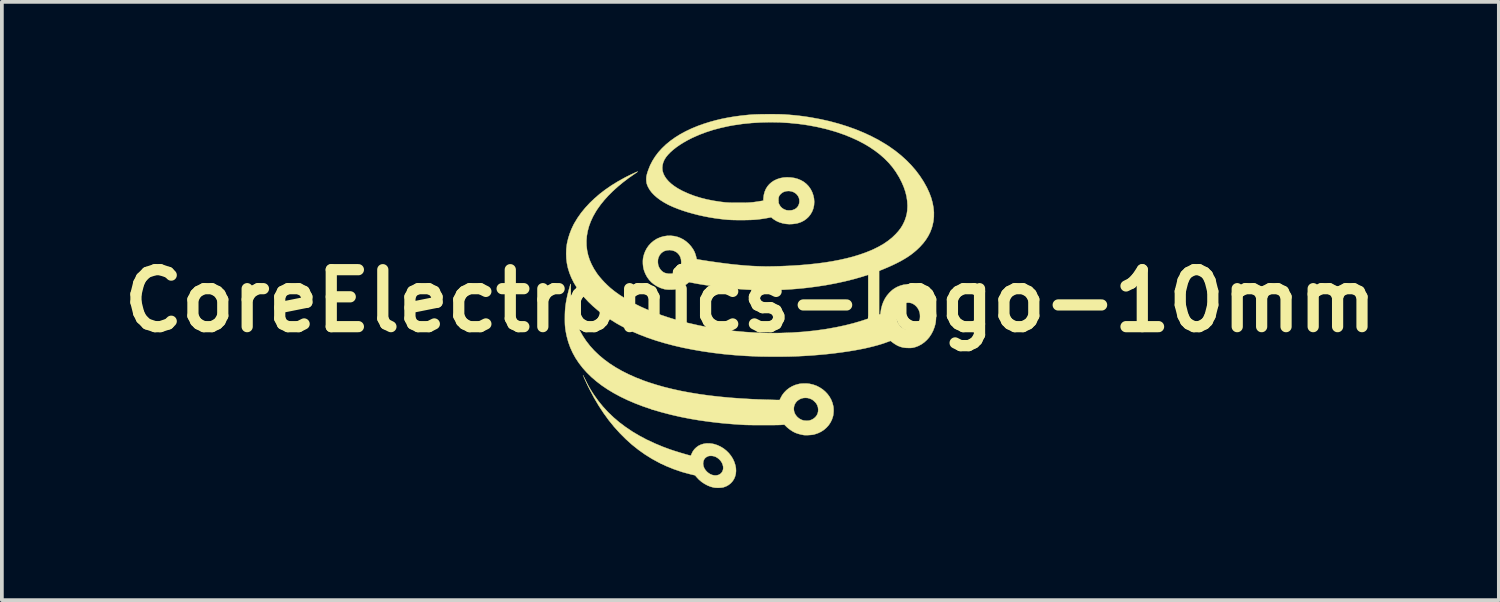
<source format=kicad_pcb>
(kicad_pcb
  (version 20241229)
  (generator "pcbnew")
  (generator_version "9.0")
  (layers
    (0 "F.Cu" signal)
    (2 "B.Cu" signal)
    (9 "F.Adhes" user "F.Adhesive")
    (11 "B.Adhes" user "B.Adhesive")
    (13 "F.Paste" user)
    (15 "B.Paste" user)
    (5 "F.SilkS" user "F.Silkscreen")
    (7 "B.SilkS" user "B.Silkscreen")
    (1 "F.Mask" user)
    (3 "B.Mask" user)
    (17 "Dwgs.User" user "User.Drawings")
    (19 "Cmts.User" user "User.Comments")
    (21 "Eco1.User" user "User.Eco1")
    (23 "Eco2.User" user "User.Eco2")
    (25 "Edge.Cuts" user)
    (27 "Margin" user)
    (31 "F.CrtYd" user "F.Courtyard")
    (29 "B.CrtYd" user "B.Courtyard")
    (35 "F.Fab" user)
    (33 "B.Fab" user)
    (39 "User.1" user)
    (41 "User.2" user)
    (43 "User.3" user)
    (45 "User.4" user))
  (footprint "CoreElectronics-logo-10mm"
    (layer "F.Cu")
    (at 17.025 5)
    (property "Reference" "CoreElectronics-logo-10mm" (at 0 0 0) (layer "F.SilkS") (effects (font (size 1.524 1.524) (thickness 0.3))))
    (attr through_hole)
    (fp_poly (pts (xy -4.47 1.991) (xy -4.474 1.994) (xy -4.477 1.991) (xy -4.474 1.988) (xy -4.47 1.991)) (stroke (width 0.01) (type solid)) (fill yes) (layer "F.SilkS"))
    (fp_poly (pts (xy -4.464 2.003) (xy -4.467 2.007) (xy -4.47 2.003) (xy -4.467 2) (xy -4.464 2.003)) (stroke (width 0.01) (type solid)) (fill yes) (layer "F.SilkS"))
    (fp_poly (pts (xy -4.461 2.018) (xy -4.454 2.032) (xy -4.443 2.054) (xy -4.428 2.083) (xy -4.412 2.116) (xy -4.408 2.124) (xy -4.37 2.201) (xy -4.334 2.269) (xy -4.298 2.333) (xy -4.259 2.397) (xy -4.217 2.464) (xy -4.188 2.508) (xy -4.072 2.671) (xy -3.946 2.826) (xy -3.81 2.974) (xy -3.663 3.115) (xy -3.506 3.249) (xy -3.338 3.375) (xy -3.16 3.495) (xy -2.971 3.607) (xy -2.772 3.713) (xy -2.562 3.811) (xy -2.342 3.903) (xy -2.156 3.972) (xy -2.115 3.986) (xy -2.069 4.001) (xy -2.018 4.018) (xy -1.965 4.034) (xy -1.911 4.051) (xy -1.856 4.068) (xy -1.803 4.083) (xy -1.753 4.098) (xy -1.708 4.111) (xy -1.668 4.122) (xy -1.635 4.131) (xy -1.61 4.137) (xy -1.595 4.139) (xy -1.591 4.139) (xy -1.588 4.133) (xy -1.581 4.118) (xy -1.573 4.097) (xy -1.573 4.097) (xy -1.54 4.029) (xy -1.497 3.97) (xy -1.446 3.92) (xy -1.388 3.878) (xy -1.324 3.847) (xy -1.253 3.825) (xy -1.178 3.813) (xy -1.099 3.812) (xy -1.016 3.822) (xy -0.969 3.832) (xy -0.879 3.861) (xy -0.794 3.901) (xy -0.714 3.95) (xy -0.641 4.008) (xy -0.575 4.073) (xy -0.517 4.146) (xy -0.468 4.224) (xy -0.43 4.307) (xy -0.402 4.394) (xy -0.387 4.47) (xy -0.383 4.55) (xy -0.39 4.626) (xy -0.408 4.697) (xy -0.436 4.764) (xy -0.475 4.824) (xy -0.522 4.877) (xy -0.579 4.923) (xy -0.643 4.959) (xy -0.715 4.986) (xy -0.721 4.988) (xy -0.753 4.994) (xy -0.793 4.998) (xy -0.839 5.001) (xy -0.885 5.001) (xy -0.929 4.999) (xy -0.967 4.995) (xy -0.974 4.994) (xy -1.059 4.972) (xy -1.143 4.939) (xy -1.225 4.895) (xy -1.303 4.843) (xy -1.373 4.784) (xy -1.434 4.719) (xy -1.448 4.702) (xy -1.464 4.684) (xy -1.478 4.67) (xy -1.488 4.664) (xy -1.526 4.656) (xy -1.572 4.645) (xy -1.624 4.632) (xy -1.679 4.617) (xy -1.733 4.603) (xy -1.783 4.589) (xy -1.826 4.577) (xy -1.841 4.572) (xy -2.049 4.501) (xy -2.251 4.419) (xy -2.407 4.345) (xy -1.263 4.345) (xy -1.262 4.374) (xy -1.252 4.427) (xy -1.231 4.479) (xy -1.2 4.527) (xy -1.162 4.57) (xy -1.118 4.607) (xy -1.069 4.637) (xy -1.017 4.658) (xy -0.964 4.669) (xy -0.918 4.67) (xy -0.89 4.665) (xy -0.86 4.658) (xy -0.847 4.654) (xy -0.807 4.632) (xy -0.773 4.601) (xy -0.747 4.562) (xy -0.731 4.517) (xy -0.726 4.487) (xy -0.727 4.434) (xy -0.74 4.38) (xy -0.762 4.329) (xy -0.794 4.28) (xy -0.834 4.237) (xy -0.88 4.2) (xy -0.931 4.171) (xy -0.965 4.159) (xy -1.003 4.15) (xy -1.045 4.146) (xy -1.085 4.147) (xy -1.12 4.153) (xy -1.129 4.155) (xy -1.175 4.178) (xy -1.212 4.209) (xy -1.239 4.247) (xy -1.256 4.293) (xy -1.263 4.345) (xy -2.407 4.345) (xy -2.447 4.326) (xy -2.637 4.222) (xy -2.821 4.107) (xy -2.998 3.981) (xy -3.17 3.844) (xy -3.334 3.696) (xy -3.492 3.538) (xy -3.644 3.37) (xy -3.789 3.191) (xy -3.926 3.002) (xy -4.057 2.803) (xy -4.181 2.593) (xy -4.297 2.374) (xy -4.325 2.318) (xy -4.343 2.282) (xy -4.361 2.243) (xy -4.38 2.202) (xy -4.399 2.161) (xy -4.417 2.122) (xy -4.433 2.087) (xy -4.447 2.057) (xy -4.457 2.033) (xy -4.463 2.018) (xy -4.464 2.014) (xy -4.461 2.018)) (stroke (width 0.01) (type solid)) (fill yes) (layer "F.SilkS"))
    (fp_poly (pts (xy -4.807 -0.451) (xy -4.806 -0.435) (xy -4.805 -0.41) (xy -4.804 -0.377) (xy -4.804 -0.337) (xy -4.803 -0.291) (xy -4.803 -0.271) (xy -4.802 -0.171) (xy -4.799 -0.08) (xy -4.793 0.004) (xy -4.783 0.085) (xy -4.771 0.164) (xy -4.755 0.246) (xy -4.735 0.332) (xy -4.734 0.333) (xy -4.689 0.493) (xy -4.632 0.646) (xy -4.563 0.795) (xy -4.483 0.937) (xy -4.392 1.074) (xy -4.29 1.205) (xy -4.176 1.331) (xy -4.051 1.451) (xy -3.915 1.565) (xy -3.767 1.674) (xy -3.608 1.777) (xy -3.438 1.874) (xy -3.257 1.965) (xy -3.064 2.051) (xy -2.861 2.131) (xy -2.724 2.179) (xy -2.519 2.244) (xy -2.305 2.305) (xy -2.082 2.36) (xy -1.85 2.411) (xy -1.609 2.456) (xy -1.357 2.497) (xy -1.096 2.533) (xy -0.823 2.564) (xy -0.54 2.591) (xy -0.246 2.612) (xy 0.06 2.63) (xy 0.184 2.635) (xy 0.223 2.637) (xy 0.268 2.638) (xy 0.318 2.64) (xy 0.372 2.642) (xy 0.427 2.644) (xy 0.484 2.645) (xy 0.539 2.647) (xy 0.592 2.648) (xy 0.642 2.65) (xy 0.686 2.651) (xy 0.724 2.652) (xy 0.754 2.652) (xy 0.774 2.653) (xy 0.784 2.652) (xy 0.785 2.652) (xy 0.787 2.646) (xy 0.794 2.632) (xy 0.804 2.611) (xy 0.809 2.601) (xy 0.852 2.522) (xy 0.906 2.451) (xy 0.969 2.387) (xy 1.04 2.332) (xy 1.118 2.286) (xy 1.202 2.25) (xy 1.292 2.225) (xy 1.32 2.219) (xy 1.364 2.214) (xy 1.416 2.211) (xy 1.471 2.21) (xy 1.525 2.212) (xy 1.573 2.217) (xy 1.591 2.22) (xy 1.685 2.242) (xy 1.774 2.274) (xy 1.857 2.317) (xy 1.935 2.368) (xy 2.005 2.428) (xy 2.067 2.494) (xy 2.12 2.567) (xy 2.164 2.646) (xy 2.197 2.729) (xy 2.219 2.817) (xy 2.223 2.838) (xy 2.227 2.888) (xy 2.228 2.945) (xy 2.224 3.003) (xy 2.218 3.057) (xy 2.21 3.092) (xy 2.182 3.177) (xy 2.143 3.255) (xy 2.094 3.328) (xy 2.035 3.393) (xy 1.968 3.451) (xy 1.893 3.5) (xy 1.811 3.539) (xy 1.722 3.569) (xy 1.695 3.576) (xy 1.669 3.581) (xy 1.634 3.585) (xy 1.594 3.588) (xy 1.552 3.591) (xy 1.511 3.592) (xy 1.474 3.592) (xy 1.444 3.591) (xy 1.432 3.59) (xy 1.354 3.575) (xy 1.279 3.555) (xy 1.21 3.531) (xy 1.168 3.511) (xy 1.12 3.484) (xy 1.068 3.45) (xy 1.019 3.412) (xy 0.975 3.375) (xy 0.962 3.362) (xy 0.911 3.311) (xy 0.828 3.317) (xy 0.799 3.319) (xy 0.759 3.32) (xy 0.709 3.321) (xy 0.65 3.322) (xy 0.585 3.323) (xy 0.514 3.323) (xy 0.44 3.323) (xy 0.363 3.323) (xy 0.285 3.323) (xy 0.208 3.323) (xy 0.133 3.322) (xy 0.061 3.322) (xy -0.005 3.321) (xy -0.066 3.32) (xy -0.118 3.319) (xy -0.161 3.317) (xy -0.184 3.316) (xy -0.491 3.295) (xy -0.786 3.269) (xy -1.072 3.236) (xy -1.348 3.198) (xy -1.616 3.153) (xy -1.875 3.102) (xy -2.127 3.044) (xy -2.372 2.98) (xy -2.412 2.969) (xy -2.646 2.899) (xy -2.661 2.893) (xy 1.162 2.893) (xy 1.169 2.95) (xy 1.187 3.006) (xy 1.213 3.053) (xy 1.254 3.103) (xy 1.303 3.145) (xy 1.359 3.177) (xy 1.414 3.197) (xy 1.442 3.202) (xy 1.479 3.205) (xy 1.518 3.206) (xy 1.555 3.204) (xy 1.586 3.199) (xy 1.591 3.198) (xy 1.646 3.177) (xy 1.697 3.147) (xy 1.741 3.109) (xy 1.775 3.066) (xy 1.799 3.018) (xy 1.813 2.964) (xy 1.816 2.907) (xy 1.81 2.851) (xy 1.793 2.798) (xy 1.772 2.757) (xy 1.751 2.728) (xy 1.722 2.698) (xy 1.691 2.669) (xy 1.661 2.646) (xy 1.651 2.64) (xy 1.594 2.614) (xy 1.534 2.598) (xy 1.473 2.594) (xy 1.412 2.599) (xy 1.355 2.615) (xy 1.301 2.642) (xy 1.254 2.678) (xy 1.247 2.684) (xy 1.209 2.73) (xy 1.182 2.782) (xy 1.167 2.837) (xy 1.162 2.893) (xy -2.661 2.893) (xy -2.868 2.823) (xy -3.08 2.742) (xy -3.281 2.656) (xy -3.471 2.565) (xy -3.65 2.469) (xy -3.818 2.368) (xy -3.975 2.262) (xy -4.12 2.151) (xy -4.254 2.036) (xy -4.377 1.915) (xy -4.488 1.791) (xy -4.588 1.661) (xy -4.677 1.527) (xy -4.753 1.389) (xy -4.818 1.246) (xy -4.871 1.098) (xy -4.912 0.947) (xy -4.923 0.895) (xy -4.934 0.838) (xy -4.943 0.786) (xy -4.95 0.738) (xy -4.955 0.69) (xy -4.959 0.64) (xy -4.961 0.586) (xy -4.962 0.523) (xy -4.962 0.464) (xy -4.961 0.368) (xy -4.958 0.281) (xy -4.952 0.2) (xy -4.943 0.12) (xy -4.931 0.039) (xy -4.915 -0.047) (xy -4.896 -0.139) (xy -4.889 -0.169) (xy -4.88 -0.204) (xy -4.87 -0.243) (xy -4.859 -0.284) (xy -4.848 -0.325) (xy -4.837 -0.364) (xy -4.827 -0.398) (xy -4.818 -0.426) (xy -4.812 -0.446) (xy -4.808 -0.455) (xy -4.807 -0.451)) (stroke (width 0.01) (type solid)) (fill yes) (layer "F.SilkS"))
    (fp_poly (pts (xy -3.013 -3.459) (xy -3.017 -3.455) (xy -3.03 -3.445) (xy -3.05 -3.43) (xy -3.076 -3.412) (xy -3.102 -3.394) (xy -3.259 -3.285) (xy -3.408 -3.171) (xy -3.548 -3.055) (xy -3.678 -2.937) (xy -3.799 -2.817) (xy -3.909 -2.695) (xy -4.007 -2.574) (xy -4.094 -2.452) (xy -4.136 -2.386) (xy -4.209 -2.257) (xy -4.269 -2.127) (xy -4.317 -1.997) (xy -4.352 -1.867) (xy -4.375 -1.737) (xy -4.385 -1.608) (xy -4.383 -1.479) (xy -4.368 -1.352) (xy -4.341 -1.226) (xy -4.301 -1.101) (xy -4.248 -0.978) (xy -4.183 -0.856) (xy -4.106 -0.737) (xy -4.087 -0.711) (xy -4.034 -0.643) (xy -3.973 -0.572) (xy -3.906 -0.499) (xy -3.835 -0.429) (xy -3.764 -0.363) (xy -3.738 -0.34) (xy -3.628 -0.252) (xy -3.507 -0.165) (xy -3.375 -0.08) (xy -3.232 0.003) (xy -3.079 0.084) (xy -2.918 0.163) (xy -2.748 0.238) (xy -2.571 0.31) (xy -2.388 0.378) (xy -2.198 0.442) (xy -2.003 0.502) (xy -1.974 0.51) (xy -1.682 0.588) (xy -1.383 0.656) (xy -1.079 0.715) (xy -0.77 0.764) (xy -0.458 0.803) (xy -0.143 0.832) (xy 0.172 0.852) (xy 0.487 0.861) (xy 0.8 0.86) (xy 1.111 0.849) (xy 1.418 0.828) (xy 1.721 0.797) (xy 2.017 0.756) (xy 2.057 0.749) (xy 2.301 0.705) (xy 2.535 0.655) (xy 2.761 0.598) (xy 2.981 0.533) (xy 3.197 0.461) (xy 3.361 0.4) (xy 3.911 0.4) (xy 3.912 0.448) (xy 3.918 0.493) (xy 3.921 0.508) (xy 3.942 0.567) (xy 3.971 0.621) (xy 4.008 0.67) (xy 4.051 0.71) (xy 4.098 0.74) (xy 4.147 0.76) (xy 4.191 0.771) (xy 4.235 0.773) (xy 4.274 0.768) (xy 4.329 0.752) (xy 4.381 0.724) (xy 4.427 0.686) (xy 4.468 0.641) (xy 4.5 0.589) (xy 4.524 0.531) (xy 4.531 0.507) (xy 4.537 0.469) (xy 4.54 0.424) (xy 4.539 0.379) (xy 4.535 0.337) (xy 4.531 0.314) (xy 4.51 0.253) (xy 4.481 0.199) (xy 4.444 0.151) (xy 4.401 0.111) (xy 4.354 0.08) (xy 4.303 0.058) (xy 4.249 0.048) (xy 4.195 0.048) (xy 4.183 0.05) (xy 4.126 0.066) (xy 4.073 0.094) (xy 4.025 0.131) (xy 3.984 0.177) (xy 3.951 0.231) (xy 3.926 0.292) (xy 3.921 0.311) (xy 3.914 0.352) (xy 3.911 0.4) (xy 3.361 0.4) (xy 3.386 0.391) (xy 3.479 0.354) (xy 3.483 0.325) (xy 3.5 0.215) (xy 3.526 0.115) (xy 3.56 0.023) (xy 3.603 -0.062) (xy 3.655 -0.141) (xy 3.717 -0.214) (xy 3.719 -0.216) (xy 3.766 -0.262) (xy 3.81 -0.3) (xy 3.856 -0.332) (xy 3.908 -0.362) (xy 3.927 -0.372) (xy 4.012 -0.407) (xy 4.097 -0.431) (xy 4.183 -0.442) (xy 4.268 -0.442) (xy 4.352 -0.431) (xy 4.433 -0.409) (xy 4.512 -0.377) (xy 4.588 -0.335) (xy 4.659 -0.283) (xy 4.725 -0.222) (xy 4.785 -0.152) (xy 4.838 -0.074) (xy 4.884 0.012) (xy 4.922 0.106) (xy 4.922 0.108) (xy 4.941 0.171) (xy 4.955 0.234) (xy 4.964 0.298) (xy 4.968 0.368) (xy 4.968 0.413) (xy 4.967 0.477) (xy 4.963 0.532) (xy 4.957 0.583) (xy 4.946 0.633) (xy 4.931 0.686) (xy 4.924 0.709) (xy 4.887 0.804) (xy 4.841 0.891) (xy 4.787 0.972) (xy 4.724 1.044) (xy 4.655 1.107) (xy 4.579 1.161) (xy 4.497 1.205) (xy 4.411 1.237) (xy 4.391 1.242) (xy 4.363 1.249) (xy 4.339 1.254) (xy 4.314 1.257) (xy 4.285 1.259) (xy 4.249 1.259) (xy 4.232 1.259) (xy 4.153 1.256) (xy 4.081 1.246) (xy 4.012 1.227) (xy 3.945 1.2) (xy 3.879 1.163) (xy 3.81 1.116) (xy 3.769 1.084) (xy 3.75 1.069) (xy 3.669 1.099) (xy 3.552 1.141) (xy 3.424 1.18) (xy 3.284 1.218) (xy 3.134 1.254) (xy 2.975 1.288) (xy 2.806 1.32) (xy 2.63 1.349) (xy 2.445 1.376) (xy 2.254 1.401) (xy 2.057 1.423) (xy 1.855 1.442) (xy 1.649 1.459) (xy 1.438 1.472) (xy 1.224 1.483) (xy 1.143 1.486) (xy 1.093 1.487) (xy 1.032 1.489) (xy 0.962 1.49) (xy 0.885 1.49) (xy 0.803 1.491) (xy 0.718 1.491) (xy 0.632 1.491) (xy 0.546 1.491) (xy 0.463 1.49) (xy 0.384 1.49) (xy 0.311 1.489) (xy 0.246 1.488) (xy 0.191 1.486) (xy 0.171 1.485) (xy -0.132 1.471) (xy -0.429 1.45) (xy -0.72 1.423) (xy -1.002 1.389) (xy -1.277 1.349) (xy -1.544 1.303) (xy -1.803 1.252) (xy -2.052 1.194) (xy -2.293 1.13) (xy -2.524 1.061) (xy -2.746 0.986) (xy -2.957 0.905) (xy -3.159 0.819) (xy -3.349 0.727) (xy -3.528 0.63) (xy -3.594 0.592) (xy -3.764 0.485) (xy -3.923 0.374) (xy -4.071 0.26) (xy -4.208 0.143) (xy -4.334 0.023) (xy -4.448 -0.099) (xy -4.55 -0.224) (xy -4.64 -0.352) (xy -4.719 -0.481) (xy -4.785 -0.613) (xy -4.839 -0.746) (xy -4.88 -0.879) (xy -4.906 -1.002) (xy -4.922 -1.13) (xy -4.927 -1.26) (xy -4.923 -1.389) (xy -4.908 -1.515) (xy -4.902 -1.548) (xy -4.873 -1.671) (xy -4.834 -1.795) (xy -4.786 -1.919) (xy -4.73 -2.038) (xy -4.707 -2.08) (xy -4.622 -2.22) (xy -4.526 -2.356) (xy -4.417 -2.489) (xy -4.297 -2.619) (xy -4.166 -2.744) (xy -4.025 -2.865) (xy -3.873 -2.981) (xy -3.711 -3.092) (xy -3.54 -3.197) (xy -3.359 -3.297) (xy -3.331 -3.312) (xy -3.293 -3.331) (xy -3.252 -3.351) (xy -3.21 -3.372) (xy -3.168 -3.392) (xy -3.128 -3.41) (xy -3.092 -3.427) (xy -3.061 -3.441) (xy -3.036 -3.451) (xy -3.019 -3.458) (xy -3.013 -3.459) (xy -3.013 -3.459)) (stroke (width 0.01) (type solid)) (fill yes) (layer "F.SilkS"))
    (fp_poly (pts (xy 0.65 -4.994) (xy 0.724 -4.993) (xy 0.792 -4.992) (xy 0.852 -4.99) (xy 0.903 -4.988) (xy 0.94 -4.986) (xy 1.063 -4.976) (xy 1.175 -4.966) (xy 1.28 -4.955) (xy 1.38 -4.943) (xy 1.476 -4.93) (xy 1.572 -4.915) (xy 1.633 -4.905) (xy 1.882 -4.859) (xy 2.126 -4.804) (xy 2.363 -4.74) (xy 2.593 -4.668) (xy 2.815 -4.589) (xy 3.029 -4.501) (xy 3.234 -4.406) (xy 3.43 -4.304) (xy 3.616 -4.194) (xy 3.718 -4.128) (xy 3.88 -4.013) (xy 4.032 -3.891) (xy 4.173 -3.764) (xy 4.304 -3.63) (xy 4.424 -3.492) (xy 4.533 -3.347) (xy 4.631 -3.198) (xy 4.717 -3.045) (xy 4.728 -3.023) (xy 4.79 -2.888) (xy 4.839 -2.756) (xy 4.875 -2.625) (xy 4.899 -2.497) (xy 4.911 -2.371) (xy 4.91 -2.248) (xy 4.897 -2.126) (xy 4.871 -2.007) (xy 4.851 -1.941) (xy 4.811 -1.837) (xy 4.76 -1.736) (xy 4.699 -1.639) (xy 4.627 -1.544) (xy 4.543 -1.451) (xy 4.521 -1.429) (xy 4.451 -1.362) (xy 4.377 -1.299) (xy 4.299 -1.238) (xy 4.214 -1.179) (xy 4.122 -1.122) (xy 4.023 -1.065) (xy 3.915 -1.009) (xy 3.798 -0.953) (xy 3.671 -0.896) (xy 3.532 -0.838) (xy 3.442 -0.802) (xy 3.227 -0.723) (xy 3.002 -0.65) (xy 2.768 -0.583) (xy 2.524 -0.522) (xy 2.273 -0.468) (xy 2.015 -0.42) (xy 1.751 -0.38) (xy 1.482 -0.346) (xy 1.208 -0.32) (xy 1.003 -0.305) (xy 0.892 -0.299) (xy 0.775 -0.294) (xy 0.654 -0.29) (xy 0.533 -0.288) (xy 0.414 -0.287) (xy 0.299 -0.287) (xy 0.192 -0.289) (xy 0.094 -0.292) (xy 0.073 -0.293) (xy -0.102 -0.302) (xy -0.284 -0.315) (xy -0.472 -0.332) (xy -0.663 -0.352) (xy -0.854 -0.375) (xy -1.042 -0.4) (xy -1.226 -0.427) (xy -1.402 -0.456) (xy -1.558 -0.485) (xy -1.639 -0.501) (xy -1.689 -0.461) (xy -1.763 -0.407) (xy -1.84 -0.365) (xy -1.922 -0.332) (xy -1.979 -0.316) (xy -2.022 -0.308) (xy -2.074 -0.303) (xy -2.13 -0.301) (xy -2.187 -0.302) (xy -2.241 -0.305) (xy -2.289 -0.312) (xy -2.306 -0.316) (xy -2.402 -0.346) (xy -2.49 -0.387) (xy -2.571 -0.437) (xy -2.644 -0.496) (xy -2.708 -0.564) (xy -2.763 -0.64) (xy -2.808 -0.724) (xy -2.843 -0.814) (xy -2.855 -0.857) (xy -2.867 -0.919) (xy -2.874 -0.988) (xy -2.875 -1.058) (xy -2.875 -1.069) (xy -2.474 -1.069) (xy -2.473 -1.022) (xy -2.468 -0.977) (xy -2.459 -0.939) (xy -2.459 -0.939) (xy -2.437 -0.888) (xy -2.408 -0.843) (xy -2.374 -0.805) (xy -2.362 -0.794) (xy -2.334 -0.773) (xy -2.311 -0.759) (xy -2.286 -0.748) (xy -2.254 -0.739) (xy -2.246 -0.737) (xy -2.184 -0.726) (xy -2.122 -0.726) (xy -2.092 -0.731) (xy -2.034 -0.747) (xy -1.983 -0.774) (xy -1.939 -0.811) (xy -1.902 -0.856) (xy -1.874 -0.907) (xy -1.856 -0.965) (xy -1.848 -1.028) (xy -1.848 -1.04) (xy -1.854 -1.106) (xy -1.87 -1.166) (xy -1.897 -1.219) (xy -1.933 -1.265) (xy -1.977 -1.303) (xy -2.029 -1.331) (xy -2.088 -1.35) (xy -2.152 -1.359) (xy -2.168 -1.359) (xy -2.233 -1.353) (xy -2.292 -1.337) (xy -2.344 -1.309) (xy -2.389 -1.272) (xy -2.426 -1.225) (xy -2.454 -1.168) (xy -2.461 -1.149) (xy -2.47 -1.113) (xy -2.474 -1.069) (xy -2.875 -1.069) (xy -2.871 -1.125) (xy -2.868 -1.146) (xy -2.846 -1.237) (xy -2.814 -1.324) (xy -2.771 -1.406) (xy -2.718 -1.481) (xy -2.656 -1.548) (xy -2.585 -1.607) (xy -2.507 -1.657) (xy -2.496 -1.663) (xy -2.408 -1.701) (xy -2.318 -1.727) (xy -2.225 -1.741) (xy -2.132 -1.743) (xy -2.039 -1.733) (xy -1.946 -1.711) (xy -1.873 -1.683) (xy -1.794 -1.643) (xy -1.719 -1.591) (xy -1.649 -1.529) (xy -1.587 -1.46) (xy -1.533 -1.384) (xy -1.502 -1.328) (xy -1.489 -1.299) (xy -1.475 -1.263) (xy -1.463 -1.224) (xy -1.452 -1.188) (xy -1.445 -1.157) (xy -1.444 -1.15) (xy -1.439 -1.126) (xy -1.431 -1.115) (xy -1.43 -1.115) (xy -1.415 -1.111) (xy -1.389 -1.106) (xy -1.353 -1.1) (xy -1.309 -1.093) (xy -1.258 -1.084) (xy -1.201 -1.076) (xy -1.139 -1.066) (xy -1.074 -1.056) (xy -1.007 -1.047) (xy -0.94 -1.037) (xy -0.874 -1.028) (xy -0.81 -1.019) (xy -0.749 -1.011) (xy -0.695 -1.004) (xy -0.526 -0.983) (xy -0.367 -0.966) (xy -0.216 -0.952) (xy -0.072 -0.94) (xy 0.068 -0.932) (xy 0.205 -0.926) (xy 0.343 -0.922) (xy 0.482 -0.921) (xy 0.624 -0.923) (xy 0.772 -0.927) (xy 0.781 -0.927) (xy 1.044 -0.938) (xy 1.295 -0.953) (xy 1.535 -0.973) (xy 1.764 -0.997) (xy 1.982 -1.025) (xy 2.19 -1.058) (xy 2.387 -1.096) (xy 2.575 -1.138) (xy 2.753 -1.184) (xy 2.922 -1.236) (xy 3.082 -1.292) (xy 3.234 -1.353) (xy 3.292 -1.379) (xy 3.433 -1.449) (xy 3.564 -1.524) (xy 3.684 -1.606) (xy 3.793 -1.693) (xy 3.889 -1.786) (xy 3.961 -1.865) (xy 4.021 -1.944) (xy 4.072 -2.025) (xy 4.114 -2.11) (xy 4.134 -2.157) (xy 4.164 -2.244) (xy 4.186 -2.33) (xy 4.199 -2.419) (xy 4.204 -2.514) (xy 4.205 -2.55) (xy 4.198 -2.67) (xy 4.18 -2.793) (xy 4.149 -2.918) (xy 4.106 -3.045) (xy 4.051 -3.173) (xy 3.985 -3.302) (xy 3.906 -3.431) (xy 3.896 -3.448) (xy 3.807 -3.572) (xy 3.706 -3.691) (xy 3.595 -3.804) (xy 3.472 -3.913) (xy 3.338 -4.016) (xy 3.194 -4.114) (xy 3.039 -4.206) (xy 2.874 -4.292) (xy 2.698 -4.372) (xy 2.514 -4.446) (xy 2.319 -4.514) (xy 2.252 -4.535) (xy 2.022 -4.6) (xy 1.785 -4.655) (xy 1.543 -4.7) (xy 1.296 -4.735) (xy 1.045 -4.76) (xy 0.793 -4.776) (xy 0.54 -4.781) (xy 0.288 -4.775) (xy 0.037 -4.76) (xy -0.211 -4.735) (xy -0.455 -4.699) (xy -0.591 -4.674) (xy -0.8 -4.627) (xy -1 -4.574) (xy -1.19 -4.512) (xy -1.373 -4.443) (xy -1.547 -4.365) (xy -1.561 -4.359) (xy -1.676 -4.3) (xy -1.784 -4.239) (xy -1.885 -4.176) (xy -1.977 -4.112) (xy -2.061 -4.046) (xy -2.135 -3.981) (xy -2.199 -3.915) (xy -2.252 -3.851) (xy -2.293 -3.788) (xy -2.303 -3.769) (xy -2.332 -3.701) (xy -2.349 -3.631) (xy -2.356 -3.56) (xy -2.351 -3.492) (xy -2.347 -3.472) (xy -2.325 -3.401) (xy -2.29 -3.332) (xy -2.244 -3.264) (xy -2.186 -3.198) (xy -2.116 -3.133) (xy -2.035 -3.071) (xy -1.943 -3.011) (xy -1.84 -2.954) (xy -1.8 -2.934) (xy -1.653 -2.868) (xy -1.498 -2.809) (xy -1.334 -2.758) (xy -1.161 -2.714) (xy -0.978 -2.678) (xy -0.786 -2.649) (xy -0.686 -2.637) (xy -0.655 -2.634) (xy -0.623 -2.632) (xy -0.589 -2.63) (xy -0.551 -2.628) (xy -0.507 -2.627) (xy -0.455 -2.626) (xy -0.395 -2.626) (xy -0.323 -2.626) (xy -0.314 -2.626) (xy -0.238 -2.626) (xy -0.172 -2.626) (xy -0.114 -2.627) (xy -0.063 -2.629) (xy -0.017 -2.632) (xy 0.027 -2.635) (xy 0.07 -2.639) (xy 0.115 -2.645) (xy 0.164 -2.652) (xy 0.219 -2.66) (xy 0.243 -2.664) (xy 0.347 -2.681) (xy 0.348 -2.696) (xy 0.753 -2.696) (xy 0.753 -2.664) (xy 0.754 -2.641) (xy 0.757 -2.624) (xy 0.762 -2.607) (xy 0.77 -2.588) (xy 0.774 -2.58) (xy 0.804 -2.529) (xy 0.844 -2.488) (xy 0.892 -2.455) (xy 0.949 -2.431) (xy 0.959 -2.428) (xy 0.99 -2.423) (xy 1.029 -2.42) (xy 1.07 -2.421) (xy 1.108 -2.425) (xy 1.127 -2.429) (xy 1.182 -2.449) (xy 1.228 -2.478) (xy 1.264 -2.515) (xy 1.291 -2.561) (xy 1.308 -2.613) (xy 1.313 -2.652) (xy 1.311 -2.708) (xy 1.298 -2.761) (xy 1.274 -2.808) (xy 1.241 -2.85) (xy 1.2 -2.885) (xy 1.151 -2.913) (xy 1.097 -2.931) (xy 1.037 -2.94) (xy 1.019 -2.94) (xy 0.957 -2.935) (xy 0.901 -2.919) (xy 0.852 -2.893) (xy 0.811 -2.858) (xy 0.787 -2.83) (xy 0.77 -2.804) (xy 0.76 -2.776) (xy 0.754 -2.742) (xy 0.753 -2.7) (xy 0.753 -2.696) (xy 0.348 -2.696) (xy 0.351 -2.749) (xy 0.362 -2.837) (xy 0.384 -2.919) (xy 0.416 -2.995) (xy 0.459 -3.064) (xy 0.507 -3.12) (xy 0.569 -3.175) (xy 0.638 -3.22) (xy 0.716 -3.256) (xy 0.799 -3.283) (xy 0.888 -3.3) (xy 0.982 -3.306) (xy 1.077 -3.302) (xy 1.177 -3.288) (xy 1.269 -3.263) (xy 1.353 -3.228) (xy 1.43 -3.184) (xy 1.498 -3.13) (xy 1.559 -3.067) (xy 1.564 -3.06) (xy 1.615 -2.987) (xy 1.655 -2.908) (xy 1.684 -2.825) (xy 1.703 -2.739) (xy 1.709 -2.651) (xy 1.704 -2.564) (xy 1.701 -2.546) (xy 1.682 -2.463) (xy 1.651 -2.386) (xy 1.61 -2.315) (xy 1.56 -2.251) (xy 1.5 -2.195) (xy 1.433 -2.147) (xy 1.358 -2.109) (xy 1.277 -2.081) (xy 1.234 -2.071) (xy 1.138 -2.057) (xy 1.043 -2.053) (xy 0.95 -2.06) (xy 0.86 -2.077) (xy 0.775 -2.103) (xy 0.695 -2.139) (xy 0.623 -2.184) (xy 0.58 -2.218) (xy 0.558 -2.237) (xy 0.468 -2.22) (xy 0.388 -2.206) (xy 0.312 -2.194) (xy 0.238 -2.184) (xy 0.165 -2.176) (xy 0.088 -2.17) (xy 0.007 -2.166) (xy -0.08 -2.164) (xy -0.177 -2.162) (xy -0.244 -2.162) (xy -0.322 -2.162) (xy -0.389 -2.163) (xy -0.448 -2.164) (xy -0.501 -2.166) (xy -0.551 -2.168) (xy -0.6 -2.171) (xy -0.651 -2.176) (xy -0.705 -2.181) (xy -0.766 -2.188) (xy -0.8 -2.192) (xy -0.945 -2.211) (xy -1.093 -2.235) (xy -1.241 -2.264) (xy -1.387 -2.296) (xy -1.531 -2.333) (xy -1.671 -2.372) (xy -1.806 -2.415) (xy -1.933 -2.46) (xy -2.051 -2.507) (xy -2.159 -2.555) (xy -2.208 -2.579) (xy -2.314 -2.638) (xy -2.41 -2.699) (xy -2.497 -2.764) (xy -2.573 -2.831) (xy -2.638 -2.899) (xy -2.691 -2.969) (xy -2.732 -3.04) (xy -2.735 -3.045) (xy -2.756 -3.093) (xy -2.771 -3.136) (xy -2.779 -3.178) (xy -2.783 -3.224) (xy -2.784 -3.254) (xy -2.783 -3.287) (xy -2.781 -3.317) (xy -2.776 -3.348) (xy -2.768 -3.381) (xy -2.758 -3.419) (xy -2.743 -3.465) (xy -2.73 -3.502) (xy -2.681 -3.626) (xy -2.619 -3.746) (xy -2.546 -3.862) (xy -2.462 -3.974) (xy -2.366 -4.08) (xy -2.26 -4.182) (xy -2.142 -4.279) (xy -2.014 -4.371) (xy -1.876 -4.457) (xy -1.728 -4.537) (xy -1.57 -4.612) (xy -1.402 -4.681) (xy -1.245 -4.737) (xy -1.086 -4.787) (xy -0.926 -4.831) (xy -0.763 -4.87) (xy -0.596 -4.903) (xy -0.422 -4.932) (xy -0.241 -4.956) (xy -0.05 -4.976) (xy 0.032 -4.983) (xy 0.075 -4.986) (xy 0.129 -4.988) (xy 0.191 -4.99) (xy 0.261 -4.992) (xy 0.336 -4.993) (xy 0.414 -4.994) (xy 0.493 -4.994) (xy 0.573 -4.995) (xy 0.65 -4.994)) (stroke (width 0.01) (type solid)) (fill yes) (layer "F.SilkS")))
  (gr_rect
    (start -3 -3)
    (end 37.051 13.006)
    (stroke (width 0.1) (type default))
    (fill no)
    (layer "Edge.Cuts")))
</source>
